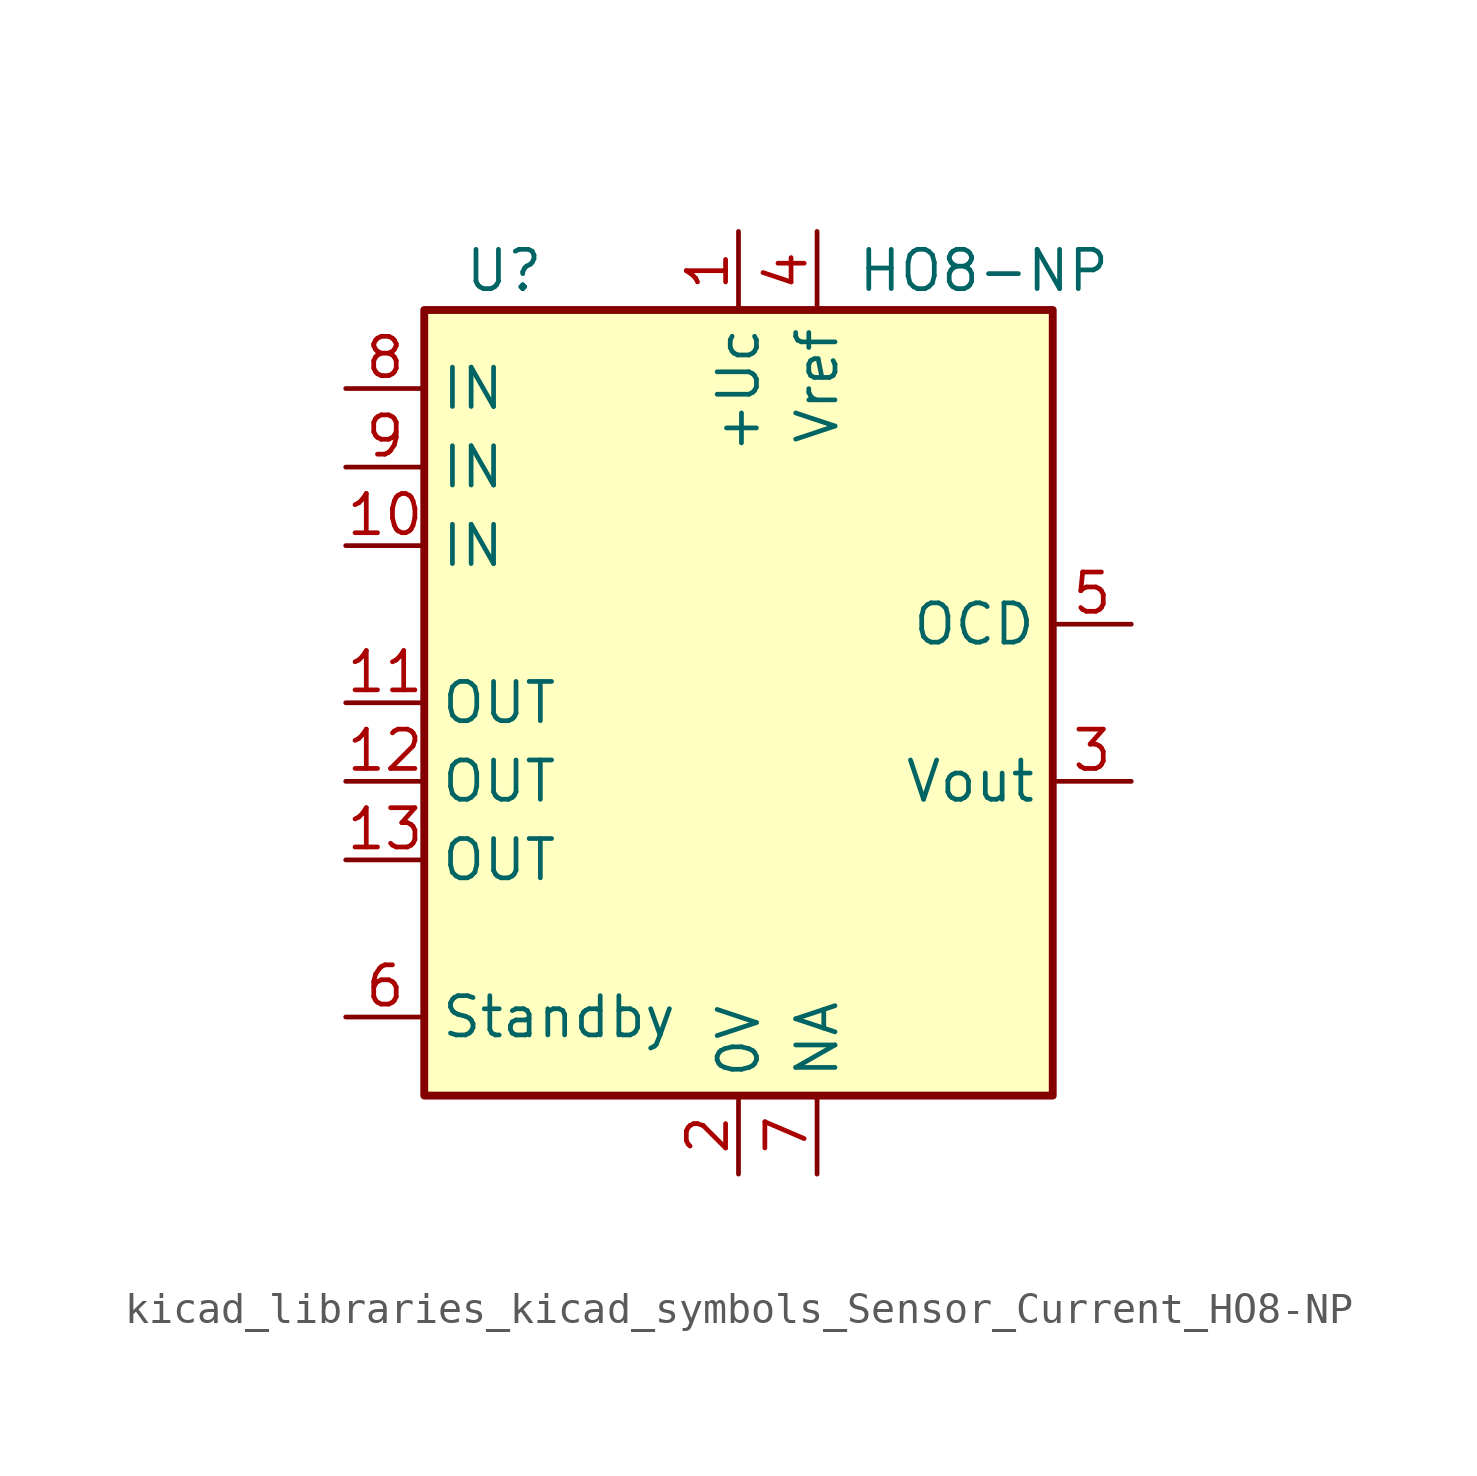
<source format=kicad_sym>
(kicad_symbol_lib
  (version 20220914)
  (generator kicad_symbol_editor)
  (symbol "kicad_libraries_kicad_symbols_Sensor_Current_HO8-NP"
    (property "Reference" "U"
      (at -8.89 13.97 0)
      (effects (font (size 1.27 1.27)) (justify left)))
    (property "Value" "HO8-NP"
      (at 3.81 13.97 0)
      (effects (font (size 1.27 1.27)) (justify left)))
    (symbol "kicad_libraries_kicad_symbols_Sensor_Current_HO8-NP_0_1"
      (rectangle (start -10.16 12.7) (end 10.16 -12.7) (stroke (width 0.254) (type default)) (fill (type background))))
    (symbol "kicad_libraries_kicad_symbols_Sensor_Current_HO8-NP_1_1"
      (pin power_in line (at 0 15.24 270) (length 2.54) (name "+Uc" (effects (font (size 1.27 1.27)))) (number "1" (effects (font (size 1.27 1.27)))))
      (pin passive line (at -12.7 5.08 0) (length 2.54) (name "IN" (effects (font (size 1.27 1.27)))) (number "10" (effects (font (size 1.27 1.27)))))
      (pin passive line (at -12.7 0 0) (length 2.54) (name "OUT" (effects (font (size 1.27 1.27)))) (number "11" (effects (font (size 1.27 1.27)))))
      (pin passive line (at -12.7 -2.54 0) (length 2.54) (name "OUT" (effects (font (size 1.27 1.27)))) (number "12" (effects (font (size 1.27 1.27)))))
      (pin passive line (at -12.7 -5.08 0) (length 2.54) (name "OUT" (effects (font (size 1.27 1.27)))) (number "13" (effects (font (size 1.27 1.27)))))
      (pin power_in line (at 0 -15.24 90) (length 2.54) (name "0V" (effects (font (size 1.27 1.27)))) (number "2" (effects (font (size 1.27 1.27)))))
      (pin output line (at 12.7 -2.54 180) (length 2.54) (name "Vout" (effects (font (size 1.27 1.27)))) (number "3" (effects (font (size 1.27 1.27)))))
      (pin passive line (at 2.54 15.24 270) (length 2.54) (name "Vref" (effects (font (size 1.27 1.27)))) (number "4" (effects (font (size 1.27 1.27)))))
      (pin open_collector line (at 12.7 2.54 180) (length 2.54) (name "OCD" (effects (font (size 1.27 1.27)))) (number "5" (effects (font (size 1.27 1.27)))))
      (pin input line (at -12.7 -10.16 0) (length 2.54) (name "Standby" (effects (font (size 1.27 1.27)))) (number "6" (effects (font (size 1.27 1.27)))))
      (pin passive line (at 2.54 -15.24 90) (length 2.54) (name "NA" (effects (font (size 1.27 1.27)))) (number "7" (effects (font (size 1.27 1.27)))))
      (pin passive line (at -12.7 10.16 0) (length 2.54) (name "IN" (effects (font (size 1.27 1.27)))) (number "8" (effects (font (size 1.27 1.27)))))
      (pin passive line (at -12.7 7.62 0) (length 2.54) (name "IN" (effects (font (size 1.27 1.27)))) (number "9" (effects (font (size 1.27 1.27))))))))
</source>
